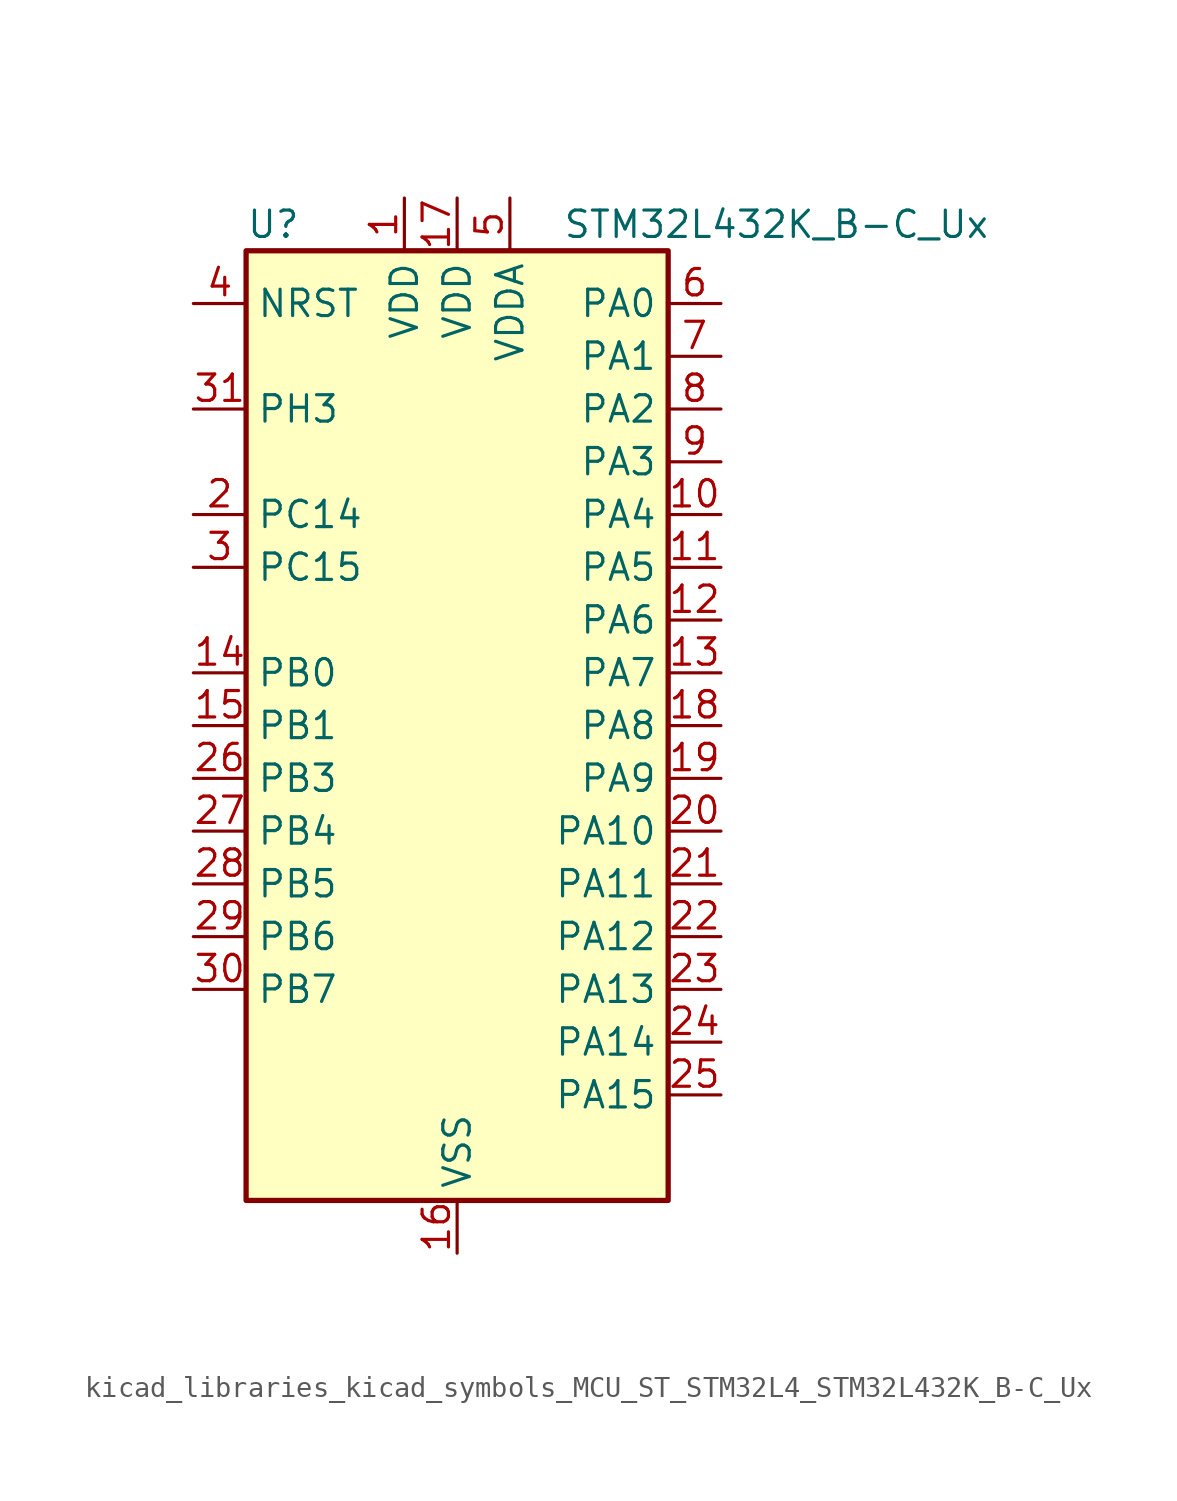
<source format=kicad_sym>
(kicad_symbol_lib
  (version 20220914)
  (generator kicad_symbol_editor)
  (symbol "kicad_libraries_kicad_symbols_MCU_ST_STM32L4_STM32L432K_B-C_Ux"
    (property "Reference" "U"
      (at -10.16 24.13 0)
      (effects (font (size 1.27 1.27)) (justify left)))
    (property "Value" "STM32L432K_B-C_Ux"
      (at 5.08 24.13 0)
      (effects (font (size 1.27 1.27)) (justify left)))
    (property "ki_locked" ""
      (at 0 0 0)
      (effects (font (size 1.27 1.27))))
    (symbol "kicad_libraries_kicad_symbols_MCU_ST_STM32L4_STM32L432K_B-C_Ux_0_1"
      (rectangle (start -10.16 -22.86) (end 10.16 22.86) (stroke (width 0.254) (type default)) (fill (type background))))
    (symbol "kicad_libraries_kicad_symbols_MCU_ST_STM32L4_STM32L432K_B-C_Ux_1_1"
      (pin power_in line (at -2.54 25.4 270) (length 2.54) (name "VDD" (effects (font (size 1.27 1.27)))) (number "1" (effects (font (size 1.27 1.27)))))
      (pin bidirectional line (at 12.7 10.16 180) (length 2.54) (name "PA4" (effects (font (size 1.27 1.27)))) (number "10" (effects (font (size 1.27 1.27)))) (alternate "ADC1_IN9" bidirectional line) (alternate "COMP1_INM" bidirectional line) (alternate "COMP2_INM" bidirectional line) (alternate "DAC1_OUT1" bidirectional line) (alternate "LPTIM2_OUT" bidirectional line) (alternate "SAI1_FS_B" bidirectional line) (alternate "SPI1_NSS" bidirectional line) (alternate "SPI3_NSS" bidirectional line) (alternate "USART2_CK" bidirectional line))
      (pin bidirectional line (at 12.7 7.62 180) (length 2.54) (name "PA5" (effects (font (size 1.27 1.27)))) (number "11" (effects (font (size 1.27 1.27)))) (alternate "ADC1_IN10" bidirectional line) (alternate "COMP1_INM" bidirectional line) (alternate "COMP2_INM" bidirectional line) (alternate "DAC1_OUT2" bidirectional line) (alternate "LPTIM2_ETR" bidirectional line) (alternate "SPI1_SCK" bidirectional line) (alternate "TIM2_CH1" bidirectional line) (alternate "TIM2_ETR" bidirectional line))
      (pin bidirectional line (at 12.7 5.08 180) (length 2.54) (name "PA6" (effects (font (size 1.27 1.27)))) (number "12" (effects (font (size 1.27 1.27)))) (alternate "ADC1_IN11" bidirectional line) (alternate "COMP1_OUT" bidirectional line) (alternate "LPUART1_CTS" bidirectional line) (alternate "QUADSPI_BK1_IO3" bidirectional line) (alternate "SPI1_MISO" bidirectional line) (alternate "TIM16_CH1" bidirectional line) (alternate "TIM1_BKIN" bidirectional line) (alternate "TIM1_BKIN_COMP2" bidirectional line))
      (pin bidirectional line (at 12.7 2.54 180) (length 2.54) (name "PA7" (effects (font (size 1.27 1.27)))) (number "13" (effects (font (size 1.27 1.27)))) (alternate "ADC1_IN12" bidirectional line) (alternate "COMP2_OUT" bidirectional line) (alternate "I2C3_SCL" bidirectional line) (alternate "QUADSPI_BK1_IO2" bidirectional line) (alternate "SPI1_MOSI" bidirectional line) (alternate "TIM1_CH1N" bidirectional line))
      (pin bidirectional line (at -12.7 2.54 0) (length 2.54) (name "PB0" (effects (font (size 1.27 1.27)))) (number "14" (effects (font (size 1.27 1.27)))) (alternate "ADC1_IN15" bidirectional line) (alternate "COMP1_OUT" bidirectional line) (alternate "QUADSPI_BK1_IO1" bidirectional line) (alternate "SAI1_EXTCLK" bidirectional line) (alternate "SPI1_NSS" bidirectional line) (alternate "TIM1_CH2N" bidirectional line))
      (pin bidirectional line (at -12.7 0 0) (length 2.54) (name "PB1" (effects (font (size 1.27 1.27)))) (number "15" (effects (font (size 1.27 1.27)))) (alternate "ADC1_IN16" bidirectional line) (alternate "COMP1_INM" bidirectional line) (alternate "LPTIM2_IN1" bidirectional line) (alternate "LPUART1_DE" bidirectional line) (alternate "LPUART1_RTS" bidirectional line) (alternate "QUADSPI_BK1_IO0" bidirectional line) (alternate "TIM1_CH3N" bidirectional line))
      (pin power_in line (at 0 -25.4 90) (length 2.54) (name "VSS" (effects (font (size 1.27 1.27)))) (number "16" (effects (font (size 1.27 1.27)))))
      (pin power_in line (at 0 25.4 270) (length 2.54) (name "VDD" (effects (font (size 1.27 1.27)))) (number "17" (effects (font (size 1.27 1.27)))))
      (pin bidirectional line (at 12.7 0 180) (length 2.54) (name "PA8" (effects (font (size 1.27 1.27)))) (number "18" (effects (font (size 1.27 1.27)))) (alternate "LPTIM2_OUT" bidirectional line) (alternate "RCC_MCO" bidirectional line) (alternate "SAI1_SCK_A" bidirectional line) (alternate "SWPMI1_IO" bidirectional line) (alternate "TIM1_CH1" bidirectional line) (alternate "USART1_CK" bidirectional line))
      (pin bidirectional line (at 12.7 -2.54 180) (length 2.54) (name "PA9" (effects (font (size 1.27 1.27)))) (number "19" (effects (font (size 1.27 1.27)))) (alternate "DAC1_EXTI9" bidirectional line) (alternate "I2C1_SCL" bidirectional line) (alternate "SAI1_FS_A" bidirectional line) (alternate "TIM15_BKIN" bidirectional line) (alternate "TIM1_CH2" bidirectional line) (alternate "USART1_TX" bidirectional line))
      (pin bidirectional line (at -12.7 10.16 0) (length 2.54) (name "PC14" (effects (font (size 1.27 1.27)))) (number "2" (effects (font (size 1.27 1.27)))) (alternate "RCC_OSC32_IN" bidirectional line))
      (pin bidirectional line (at 12.7 -5.08 180) (length 2.54) (name "PA10" (effects (font (size 1.27 1.27)))) (number "20" (effects (font (size 1.27 1.27)))) (alternate "CRS_SYNC" bidirectional line) (alternate "I2C1_SDA" bidirectional line) (alternate "SAI1_SD_A" bidirectional line) (alternate "TIM1_CH3" bidirectional line) (alternate "USART1_RX" bidirectional line))
      (pin bidirectional line (at 12.7 -7.62 180) (length 2.54) (name "PA11" (effects (font (size 1.27 1.27)))) (number "21" (effects (font (size 1.27 1.27)))) (alternate "ADC1_EXTI11" bidirectional line) (alternate "CAN1_RX" bidirectional line) (alternate "COMP1_OUT" bidirectional line) (alternate "SPI1_MISO" bidirectional line) (alternate "TIM1_BKIN2" bidirectional line) (alternate "TIM1_BKIN2_COMP1" bidirectional line) (alternate "TIM1_CH4" bidirectional line) (alternate "USART1_CTS" bidirectional line) (alternate "USB_DM" bidirectional line))
      (pin bidirectional line (at 12.7 -10.16 180) (length 2.54) (name "PA12" (effects (font (size 1.27 1.27)))) (number "22" (effects (font (size 1.27 1.27)))) (alternate "CAN1_TX" bidirectional line) (alternate "SPI1_MOSI" bidirectional line) (alternate "TIM1_ETR" bidirectional line) (alternate "USART1_DE" bidirectional line) (alternate "USART1_RTS" bidirectional line) (alternate "USB_DP" bidirectional line))
      (pin bidirectional line (at 12.7 -12.7 180) (length 2.54) (name "PA13" (effects (font (size 1.27 1.27)))) (number "23" (effects (font (size 1.27 1.27)))) (alternate "IR_OUT" bidirectional line) (alternate "SAI1_SD_B" bidirectional line) (alternate "SWPMI1_TX" bidirectional line) (alternate "SYS_JTMS-SWDIO" bidirectional line) (alternate "USB_NOE" bidirectional line))
      (pin bidirectional line (at 12.7 -15.24 180) (length 2.54) (name "PA14" (effects (font (size 1.27 1.27)))) (number "24" (effects (font (size 1.27 1.27)))) (alternate "I2C1_SMBA" bidirectional line) (alternate "LPTIM1_OUT" bidirectional line) (alternate "SAI1_FS_B" bidirectional line) (alternate "SWPMI1_RX" bidirectional line) (alternate "SYS_JTCK-SWCLK" bidirectional line))
      (pin bidirectional line (at 12.7 -17.78 180) (length 2.54) (name "PA15" (effects (font (size 1.27 1.27)))) (number "25" (effects (font (size 1.27 1.27)))) (alternate "ADC1_EXTI15" bidirectional line) (alternate "SPI1_NSS" bidirectional line) (alternate "SPI3_NSS" bidirectional line) (alternate "SWPMI1_SUSPEND" bidirectional line) (alternate "SYS_JTDI" bidirectional line) (alternate "TIM2_CH1" bidirectional line) (alternate "TIM2_ETR" bidirectional line) (alternate "USART2_RX" bidirectional line))
      (pin bidirectional line (at -12.7 -2.54 0) (length 2.54) (name "PB3" (effects (font (size 1.27 1.27)))) (number "26" (effects (font (size 1.27 1.27)))) (alternate "COMP2_INM" bidirectional line) (alternate "SAI1_SCK_B" bidirectional line) (alternate "SPI1_SCK" bidirectional line) (alternate "SPI3_SCK" bidirectional line) (alternate "SYS_JTDO-SWO" bidirectional line) (alternate "TIM2_CH2" bidirectional line) (alternate "USART1_DE" bidirectional line) (alternate "USART1_RTS" bidirectional line))
      (pin bidirectional line (at -12.7 -5.08 0) (length 2.54) (name "PB4" (effects (font (size 1.27 1.27)))) (number "27" (effects (font (size 1.27 1.27)))) (alternate "COMP2_INP" bidirectional line) (alternate "I2C3_SDA" bidirectional line) (alternate "SAI1_MCLK_B" bidirectional line) (alternate "SPI1_MISO" bidirectional line) (alternate "SPI3_MISO" bidirectional line) (alternate "SYS_JTRST" bidirectional line) (alternate "TSC_G2_IO1" bidirectional line) (alternate "USART1_CTS" bidirectional line))
      (pin bidirectional line (at -12.7 -7.62 0) (length 2.54) (name "PB5" (effects (font (size 1.27 1.27)))) (number "28" (effects (font (size 1.27 1.27)))) (alternate "COMP2_OUT" bidirectional line) (alternate "I2C1_SMBA" bidirectional line) (alternate "LPTIM1_IN1" bidirectional line) (alternate "SAI1_SD_B" bidirectional line) (alternate "SPI1_MOSI" bidirectional line) (alternate "SPI3_MOSI" bidirectional line) (alternate "TIM16_BKIN" bidirectional line) (alternate "TSC_G2_IO2" bidirectional line) (alternate "USART1_CK" bidirectional line))
      (pin bidirectional line (at -12.7 -10.16 0) (length 2.54) (name "PB6" (effects (font (size 1.27 1.27)))) (number "29" (effects (font (size 1.27 1.27)))) (alternate "COMP2_INP" bidirectional line) (alternate "I2C1_SCL" bidirectional line) (alternate "LPTIM1_ETR" bidirectional line) (alternate "SAI1_FS_B" bidirectional line) (alternate "TIM16_CH1N" bidirectional line) (alternate "TSC_G2_IO3" bidirectional line) (alternate "USART1_TX" bidirectional line))
      (pin bidirectional line (at -12.7 7.62 0) (length 2.54) (name "PC15" (effects (font (size 1.27 1.27)))) (number "3" (effects (font (size 1.27 1.27)))) (alternate "ADC1_EXTI15" bidirectional line) (alternate "RCC_OSC32_OUT" bidirectional line))
      (pin bidirectional line (at -12.7 -12.7 0) (length 2.54) (name "PB7" (effects (font (size 1.27 1.27)))) (number "30" (effects (font (size 1.27 1.27)))) (alternate "COMP2_INM" bidirectional line) (alternate "I2C1_SDA" bidirectional line) (alternate "LPTIM1_IN2" bidirectional line) (alternate "SYS_PVD_IN" bidirectional line) (alternate "TSC_G2_IO4" bidirectional line) (alternate "USART1_RX" bidirectional line))
      (pin bidirectional line (at -12.7 15.24 0) (length 2.54) (name "PH3" (effects (font (size 1.27 1.27)))) (number "31" (effects (font (size 1.27 1.27)))))
      (pin passive line (at 0 -25.4 90) (length 2.54) hide (name "VSS" (effects (font (size 1.27 1.27)))) (number "32" (effects (font (size 1.27 1.27)))))
      (pin passive line (at 0 -25.4 90) (length 2.54) hide (name "VSS" (effects (font (size 1.27 1.27)))) (number "33" (effects (font (size 1.27 1.27)))))
      (pin input line (at -12.7 20.32 0) (length 2.54) (name "NRST" (effects (font (size 1.27 1.27)))) (number "4" (effects (font (size 1.27 1.27)))))
      (pin power_in line (at 2.54 25.4 270) (length 2.54) (name "VDDA" (effects (font (size 1.27 1.27)))) (number "5" (effects (font (size 1.27 1.27)))))
      (pin bidirectional line (at 12.7 20.32 180) (length 2.54) (name "PA0" (effects (font (size 1.27 1.27)))) (number "6" (effects (font (size 1.27 1.27)))) (alternate "ADC1_IN5" bidirectional line) (alternate "COMP1_INM" bidirectional line) (alternate "COMP1_OUT" bidirectional line) (alternate "OPAMP1_VINP" bidirectional line) (alternate "RCC_CK_IN" bidirectional line) (alternate "RTC_TAMP2" bidirectional line) (alternate "SAI1_EXTCLK" bidirectional line) (alternate "SYS_WKUP1" bidirectional line) (alternate "TIM2_CH1" bidirectional line) (alternate "TIM2_ETR" bidirectional line) (alternate "USART2_CTS" bidirectional line))
      (pin bidirectional line (at 12.7 17.78 180) (length 2.54) (name "PA1" (effects (font (size 1.27 1.27)))) (number "7" (effects (font (size 1.27 1.27)))) (alternate "ADC1_IN6" bidirectional line) (alternate "COMP1_INP" bidirectional line) (alternate "I2C1_SMBA" bidirectional line) (alternate "OPAMP1_VINM" bidirectional line) (alternate "SPI1_SCK" bidirectional line) (alternate "TIM15_CH1N" bidirectional line) (alternate "TIM2_CH2" bidirectional line) (alternate "USART2_DE" bidirectional line) (alternate "USART2_RTS" bidirectional line))
      (pin bidirectional line (at 12.7 15.24 180) (length 2.54) (name "PA2" (effects (font (size 1.27 1.27)))) (number "8" (effects (font (size 1.27 1.27)))) (alternate "ADC1_IN7" bidirectional line) (alternate "COMP2_INM" bidirectional line) (alternate "COMP2_OUT" bidirectional line) (alternate "LPUART1_TX" bidirectional line) (alternate "QUADSPI_BK1_NCS" bidirectional line) (alternate "RCC_LSCO" bidirectional line) (alternate "SYS_WKUP4" bidirectional line) (alternate "TIM15_CH1" bidirectional line) (alternate "TIM2_CH3" bidirectional line) (alternate "USART2_TX" bidirectional line))
      (pin bidirectional line (at 12.7 12.7 180) (length 2.54) (name "PA3" (effects (font (size 1.27 1.27)))) (number "9" (effects (font (size 1.27 1.27)))) (alternate "ADC1_IN8" bidirectional line) (alternate "COMP2_INP" bidirectional line) (alternate "LPUART1_RX" bidirectional line) (alternate "OPAMP1_VOUT" bidirectional line) (alternate "QUADSPI_CLK" bidirectional line) (alternate "SAI1_MCLK_A" bidirectional line) (alternate "TIM15_CH2" bidirectional line) (alternate "TIM2_CH4" bidirectional line) (alternate "USART2_RX" bidirectional line)))))
</source>
